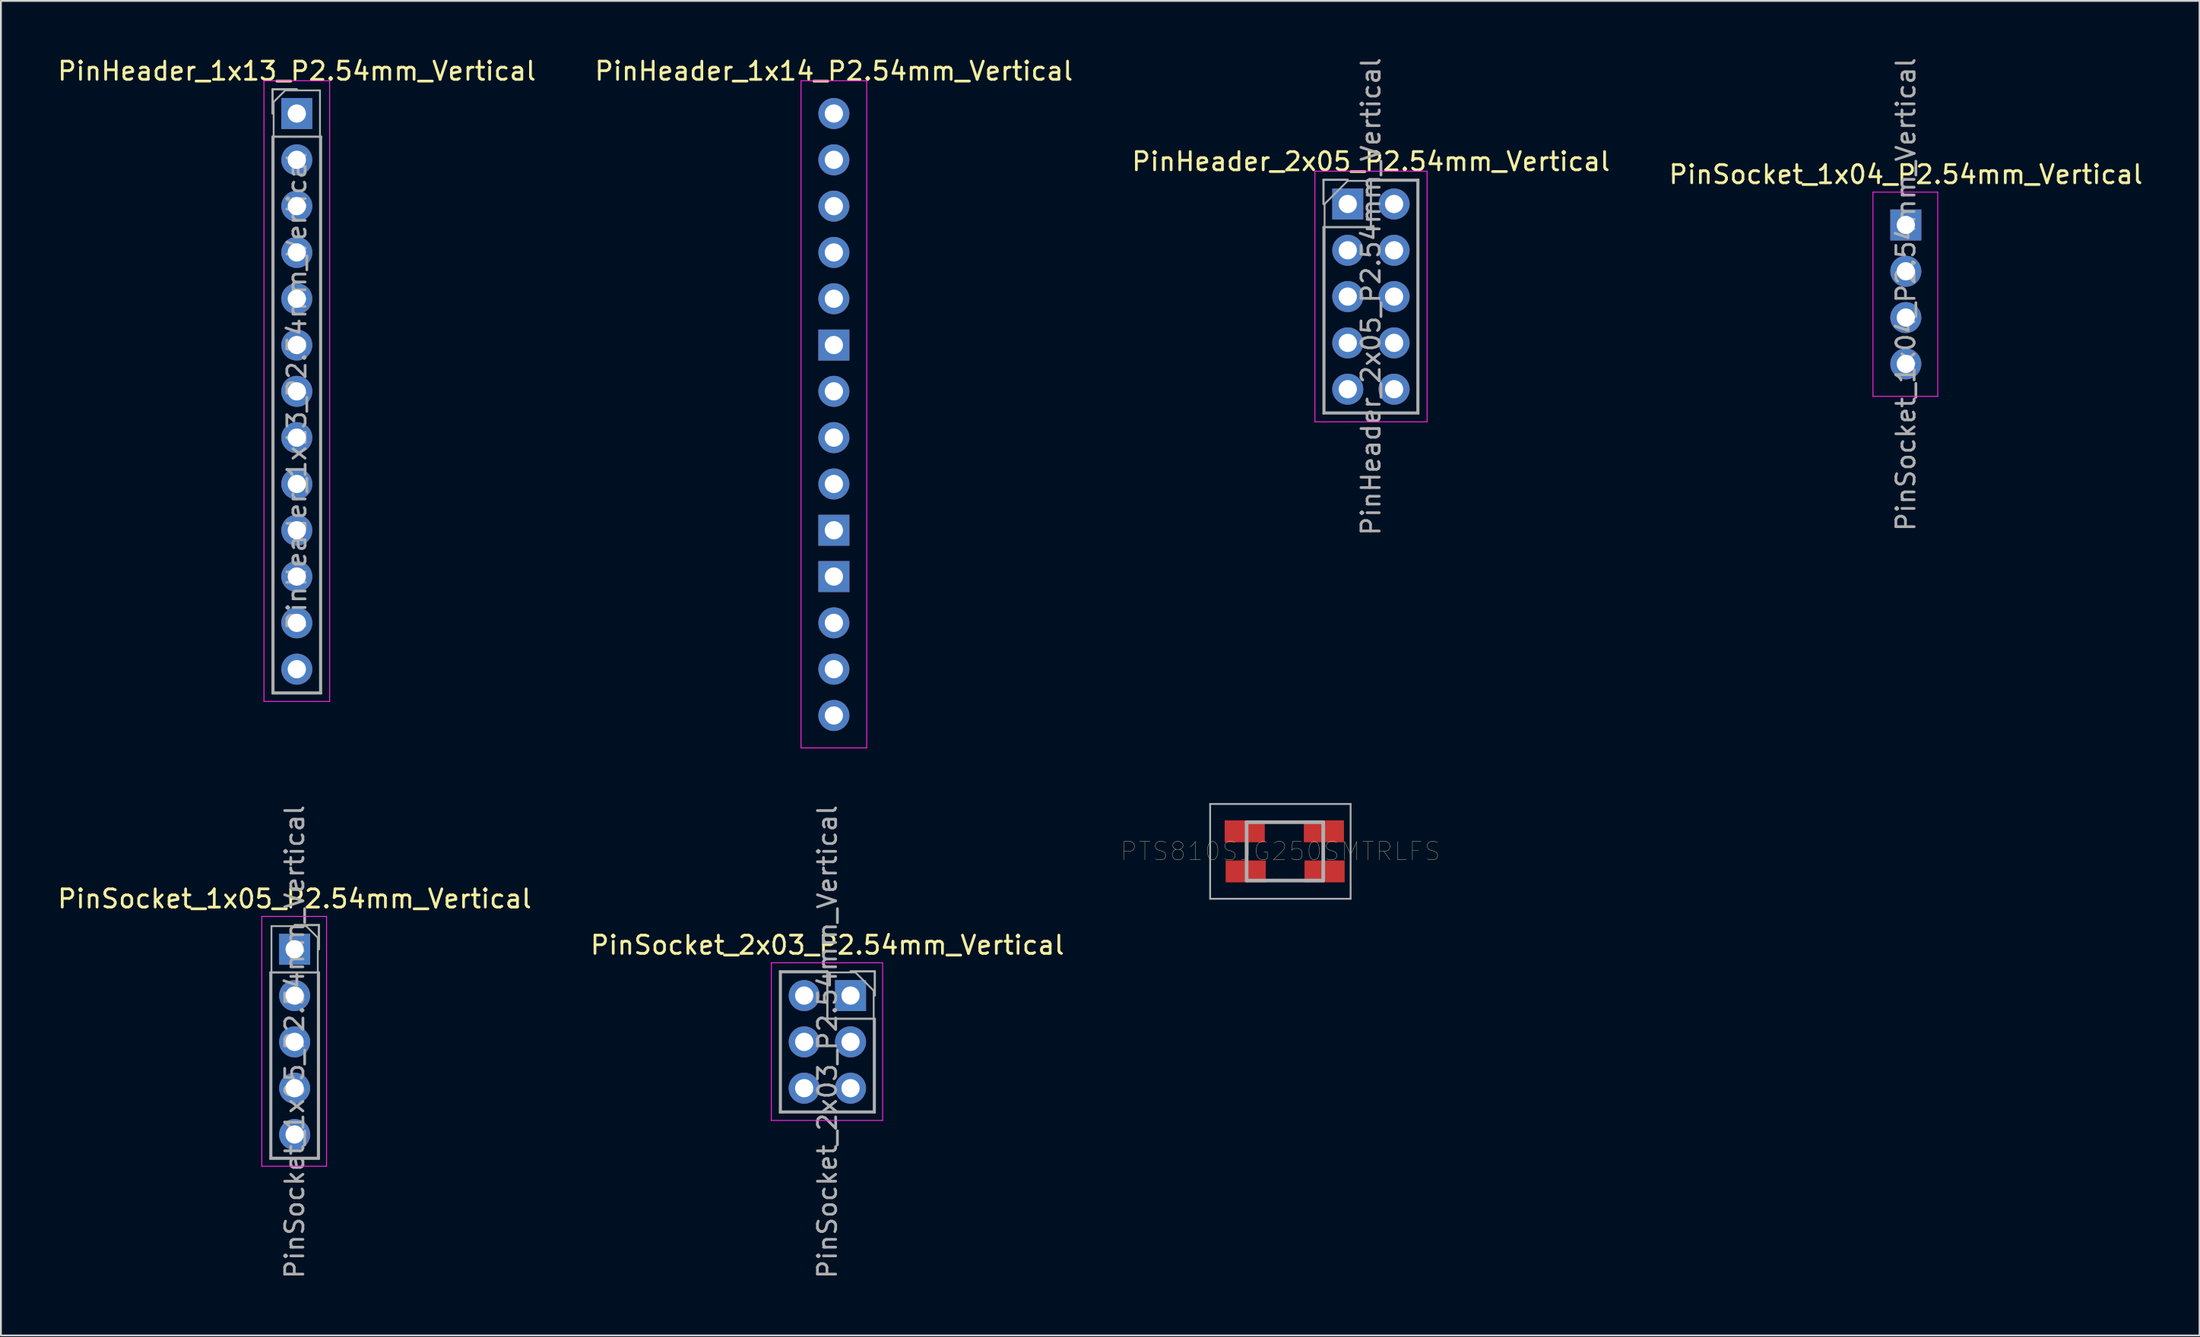
<source format=kicad_pcb>
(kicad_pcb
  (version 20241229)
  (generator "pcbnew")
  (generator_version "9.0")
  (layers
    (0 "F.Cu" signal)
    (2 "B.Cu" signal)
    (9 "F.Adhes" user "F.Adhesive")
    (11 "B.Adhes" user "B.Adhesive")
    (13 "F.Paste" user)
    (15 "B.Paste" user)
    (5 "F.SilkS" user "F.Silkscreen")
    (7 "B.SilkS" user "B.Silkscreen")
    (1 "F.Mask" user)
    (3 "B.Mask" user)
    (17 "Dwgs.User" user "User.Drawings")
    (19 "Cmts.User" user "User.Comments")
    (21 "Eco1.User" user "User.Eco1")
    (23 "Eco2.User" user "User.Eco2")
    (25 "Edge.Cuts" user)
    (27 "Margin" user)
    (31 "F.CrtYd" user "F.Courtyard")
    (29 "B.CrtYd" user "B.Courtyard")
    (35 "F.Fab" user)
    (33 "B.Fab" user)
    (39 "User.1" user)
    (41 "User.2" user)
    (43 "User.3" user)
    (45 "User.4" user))
  (footprint "PinSocket_1x04_P2.54mm_Vertical"
    (layer "F.Cu")
    (at 101.423 9.291)
    (property "Reference" "PinSocket_1x04_P2.54mm_Vertical" (at -0.000006 -2.77 180) (layer "F.SilkS") (effects (font (size 1 1) (thickness 0.15))))
    (attr through_hole)
    (fp_line (start -1.8 -1.8) (end 1.75 -1.8) (stroke (width 0.05) (type solid)) (layer "F.CrtYd"))
    (fp_line (start -1.8 9.4) (end -1.8 -1.8) (stroke (width 0.05) (type solid)) (layer "F.CrtYd"))
    (fp_line (start 1.75 -1.8) (end 1.75 9.4) (stroke (width 0.05) (type solid)) (layer "F.CrtYd"))
    (fp_line (start 1.75 9.4) (end -1.8 9.4) (stroke (width 0.05) (type solid)) (layer "F.CrtYd"))
    (fp_text user "${REFERENCE}" (at 0 3.81 270) (layer "F.Fab") (effects (font (size 1 1) (thickness 0.15))))
    (pad "1" thru_hole rect (at 0 0) (size 1.7 1.7) (drill 1) (layers "*.Cu" "*.Mask"))
    (pad "2" thru_hole oval (at 0 2.54) (size 1.7 1.7) (drill 1) (layers "*.Cu" "*.Mask"))
    (pad "3" thru_hole oval (at 0 5.08) (size 1.7 1.7) (drill 1) (layers "*.Cu" "*.Mask"))
    (pad "4" thru_hole oval (at 0 7.62) (size 1.7 1.7) (drill 1) (layers "*.Cu" "*.Mask")))
  (footprint "PinSocket_1x05_P2.54mm_Vertical"
    (layer "F.Cu")
    (at 13.101 49.024)
    (property "Reference" "PinSocket_1x05_P2.54mm_Vertical" (at 0 -2.77 0) (layer "F.SilkS") (effects (font (size 1 1) (thickness 0.15))))
    (attr through_hole)
    (fp_line (start -1.8 -1.8) (end 1.75 -1.8) (stroke (width 0.05) (type solid)) (layer "F.CrtYd"))
    (fp_line (start -1.8 11.9) (end -1.8 -1.8) (stroke (width 0.05) (type solid)) (layer "F.CrtYd"))
    (fp_line (start 1.75 -1.8) (end 1.75 11.9) (stroke (width 0.05) (type solid)) (layer "F.CrtYd"))
    (fp_line (start 1.75 11.9) (end -1.8 11.9) (stroke (width 0.05) (type solid)) (layer "F.CrtYd"))
    (fp_line (start -1.33 1.27) (end -1.33 11.49) (stroke (width 0.12) (type solid)) (layer "F.Fab"))
    (fp_line (start -1.33 1.27) (end 1.33 1.27) (stroke (width 0.12) (type solid)) (layer "F.Fab"))
    (fp_line (start -1.33 11.49) (end 1.33 11.49) (stroke (width 0.12) (type solid)) (layer "F.Fab"))
    (fp_line (start -1.27 -1.27) (end 0.635 -1.27) (stroke (width 0.1) (type solid)) (layer "F.Fab"))
    (fp_line (start -1.27 11.43) (end -1.27 -1.27) (stroke (width 0.1) (type solid)) (layer "F.Fab"))
    (fp_line (start 0 -1.33) (end 1.33 -1.33) (stroke (width 0.12) (type solid)) (layer "F.Fab"))
    (fp_line (start 0.635 -1.27) (end 1.27 -0.635) (stroke (width 0.1) (type solid)) (layer "F.Fab"))
    (fp_line (start 1.27 -0.635) (end 1.27 11.43) (stroke (width 0.1) (type solid)) (layer "F.Fab"))
    (fp_line (start 1.27 11.43) (end -1.27 11.43) (stroke (width 0.1) (type solid)) (layer "F.Fab"))
    (fp_line (start 1.33 -1.33) (end 1.33 0) (stroke (width 0.12) (type solid)) (layer "F.Fab"))
    (fp_line (start 1.33 1.27) (end 1.33 11.49) (stroke (width 0.12) (type solid)) (layer "F.Fab"))
    (fp_text user "${REFERENCE}" (at 0 5.08 270) (layer "F.Fab") (effects (font (size 1 1) (thickness 0.15))))
    (pad "1" thru_hole rect (at 0 0) (size 1.7 1.7) (drill 1) (layers "*.Cu" "*.Mask"))
    (pad "2" thru_hole oval (at 0 2.54) (size 1.7 1.7) (drill 1) (layers "*.Cu" "*.Mask"))
    (pad "3" thru_hole oval (at 0 5.08) (size 1.7 1.7) (drill 1) (layers "*.Cu" "*.Mask"))
    (pad "4" thru_hole oval (at 0 7.62) (size 1.7 1.7) (drill 1) (layers "*.Cu" "*.Mask"))
    (pad "5" thru_hole oval (at 0 10.16) (size 1.7 1.7) (drill 1) (layers "*.Cu" "*.Mask")))
  (footprint "PinHeader_1x14_P2.54mm_Vertical"
    (layer "F.Cu")
    (at 42.661 3.178)
    (property "Reference" "PinHeader_1x14_P2.54mm_Vertical" (at 0 -2.33 0) (layer "F.SilkS") (effects (font (size 1 1) (thickness 0.15))))
    (fp_line (start -1.8 -1.8) (end -1.8 34.8) (stroke (width 0.05) (type solid)) (layer "F.CrtYd"))
    (fp_line (start -1.8 34.8) (end 1.8 34.8) (stroke (width 0.05) (type solid)) (layer "F.CrtYd"))
    (fp_line (start 1.8 -1.8) (end -1.8 -1.8) (stroke (width 0.05) (type solid)) (layer "F.CrtYd"))
    (fp_line (start 1.8 34.8) (end 1.8 -1.8) (stroke (width 0.05) (type solid)) (layer "F.CrtYd"))
    (pad "1" thru_hole oval (at 0 0 180) (size 1.7 1.7) (drill 1) (layers "*.Cu" "*.Mask"))
    (pad "2" thru_hole oval (at 0 2.54 180) (size 1.7 1.7) (drill 1) (layers "*.Cu" "*.Mask"))
    (pad "3" thru_hole oval (at 0 5.08 180) (size 1.7 1.7) (drill 1) (layers "*.Cu" "*.Mask"))
    (pad "4" thru_hole oval (at 0 7.62 180) (size 1.7 1.7) (drill 1) (layers "*.Cu" "*.Mask"))
    (pad "5" thru_hole oval (at 0 10.16 180) (size 1.7 1.7) (drill 1) (layers "*.Cu" "*.Mask"))
    (pad "6" thru_hole rect (at 0 12.7 180) (size 1.7 1.7) (drill 1) (layers "*.Cu" "*.Mask"))
    (pad "7" thru_hole oval (at 0 15.24 180) (size 1.7 1.7) (drill 1) (layers "*.Cu" "*.Mask"))
    (pad "8" thru_hole oval (at 0 17.78 180) (size 1.7 1.7) (drill 1) (layers "*.Cu" "*.Mask"))
    (pad "9" thru_hole oval (at 0 20.32 180) (size 1.7 1.7) (drill 1) (layers "*.Cu" "*.Mask"))
    (pad "10" thru_hole rect (at 0 22.86 180) (size 1.7 1.7) (drill 1) (layers "*.Cu" "*.Mask"))
    (pad "11" thru_hole rect (at 0 25.4 180) (size 1.7 1.7) (drill 1) (layers "*.Cu" "*.Mask"))
    (pad "12" thru_hole oval (at 0 27.94 180) (size 1.7 1.7) (drill 1) (layers "*.Cu" "*.Mask"))
    (pad "13" thru_hole oval (at 0 30.48 180) (size 1.7 1.7) (drill 1) (layers "*.Cu" "*.Mask"))
    (pad "14" thru_hole oval (at 0 33.02 180) (size 1.7 1.7) (drill 1) (layers "*.Cu" "*.Mask")))
  (footprint "PinHeader_2x05_P2.54mm_Vertical"
    (layer "F.Cu")
    (at 70.831 8.14)
    (property "Reference" "PinHeader_2x05_P2.54mm_Vertical" (at 1.27 -2.33 0) (layer "F.SilkS") (effects (font (size 1 1) (thickness 0.15))))
    (attr through_hole)
    (fp_line (start -1.8 -1.8) (end -1.8 11.95) (stroke (width 0.05) (type solid)) (layer "F.CrtYd"))
    (fp_line (start -1.8 11.95) (end 4.35 11.95) (stroke (width 0.05) (type solid)) (layer "F.CrtYd"))
    (fp_line (start 4.35 -1.8) (end -1.8 -1.8) (stroke (width 0.05) (type solid)) (layer "F.CrtYd"))
    (fp_line (start 4.35 11.95) (end 4.35 -1.8) (stroke (width 0.05) (type solid)) (layer "F.CrtYd"))
    (fp_line (start -1.33 -1.33) (end 0 -1.33) (stroke (width 0.12) (type solid)) (layer "F.Fab"))
    (fp_line (start -1.33 0) (end -1.33 -1.33) (stroke (width 0.12) (type solid)) (layer "F.Fab"))
    (fp_line (start -1.33 1.27) (end -1.33 11.49) (stroke (width 0.12) (type solid)) (layer "F.Fab"))
    (fp_line (start -1.33 1.27) (end 1.27 1.27) (stroke (width 0.12) (type solid)) (layer "F.Fab"))
    (fp_line (start -1.33 11.49) (end 3.87 11.49) (stroke (width 0.12) (type solid)) (layer "F.Fab"))
    (fp_line (start -1.27 0) (end 0 -1.27) (stroke (width 0.1) (type solid)) (layer "F.Fab"))
    (fp_line (start -1.27 11.43) (end -1.27 0) (stroke (width 0.1) (type solid)) (layer "F.Fab"))
    (fp_line (start 0 -1.27) (end 3.81 -1.27) (stroke (width 0.1) (type solid)) (layer "F.Fab"))
    (fp_line (start 1.27 -1.33) (end 3.87 -1.33) (stroke (width 0.12) (type solid)) (layer "F.Fab"))
    (fp_line (start 1.27 1.27) (end 1.27 -1.33) (stroke (width 0.12) (type solid)) (layer "F.Fab"))
    (fp_line (start 3.81 -1.27) (end 3.81 11.43) (stroke (width 0.1) (type solid)) (layer "F.Fab"))
    (fp_line (start 3.81 11.43) (end -1.27 11.43) (stroke (width 0.1) (type solid)) (layer "F.Fab"))
    (fp_line (start 3.87 -1.33) (end 3.87 11.49) (stroke (width 0.12) (type solid)) (layer "F.Fab"))
    (fp_text user "${REFERENCE}" (at 1.27 5.08 90) (layer "F.Fab") (effects (font (size 1 1) (thickness 0.15))))
    (pad "1" thru_hole rect (at 0 0) (size 1.7 1.7) (drill 1) (layers "*.Cu" "*.Mask"))
    (pad "2" thru_hole oval (at 2.54 0) (size 1.7 1.7) (drill 1) (layers "*.Cu" "*.Mask"))
    (pad "3" thru_hole oval (at 0 2.54) (size 1.7 1.7) (drill 1) (layers "*.Cu" "*.Mask"))
    (pad "4" thru_hole oval (at 2.54 2.54) (size 1.7 1.7) (drill 1) (layers "*.Cu" "*.Mask"))
    (pad "5" thru_hole oval (at 0 5.08) (size 1.7 1.7) (drill 1) (layers "*.Cu" "*.Mask"))
    (pad "6" thru_hole oval (at 2.54 5.08) (size 1.7 1.7) (drill 1) (layers "*.Cu" "*.Mask"))
    (pad "7" thru_hole oval (at 0 7.62) (size 1.7 1.7) (drill 1) (layers "*.Cu" "*.Mask"))
    (pad "8" thru_hole oval (at 2.54 7.62) (size 1.7 1.7) (drill 1) (layers "*.Cu" "*.Mask"))
    (pad "9" thru_hole oval (at 0 10.16) (size 1.7 1.7) (drill 1) (layers "*.Cu" "*.Mask"))
    (pad "10" thru_hole oval (at 2.54 10.16) (size 1.7 1.7) (drill 1) (layers "*.Cu" "*.Mask")))
  (footprint "PTS810SJG250SMTRLFS"
    (layer "F.Cu")
    (at 67.387 43.653)
    (property "Reference" "PTS810SJG250SMTRLFS" (at -0.25 0 0) (layer "F.SilkS") (effects (font (size 1 1) (thickness 0.015))))
    (attr smd)
    (fp_line (start -4.1 -2.6) (end 3.6 -2.6) (stroke (width 0.1) (type solid)) (layer "F.Fab"))
    (fp_line (start -4.1 2.6) (end -4.1 -2.6) (stroke (width 0.1) (type solid)) (layer "F.Fab"))
    (fp_line (start -2.1 -1.6) (end 2.075 -1.6) (stroke (width 0.1) (type solid)) (layer "F.Fab"))
    (fp_line (start -2.1 -1.6) (end 2.1 -1.6) (stroke (width 0.2) (type solid)) (layer "F.Fab"))
    (fp_line (start -2.1 1.6) (end -2.1 -1.6) (stroke (width 0.2) (type solid)) (layer "F.Fab"))
    (fp_line (start -2.1 1.6) (end 2.075 1.6) (stroke (width 0.1) (type solid)) (layer "F.Fab"))
    (fp_line (start 2.1 -1.6) (end 2.1 1.6) (stroke (width 0.2) (type solid)) (layer "F.Fab"))
    (fp_line (start 2.1 1.6) (end -2.1 1.6) (stroke (width 0.2) (type solid)) (layer "F.Fab"))
    (fp_line (start 3.6 -2.6) (end 3.6 2.6) (stroke (width 0.1) (type solid)) (layer "F.Fab"))
    (fp_line (start 3.6 2.6) (end -4.1 2.6) (stroke (width 0.1) (type solid)) (layer "F.Fab"))
    (pad "1" smd rect (at -2.203 -1.1) (size 2.2 1.2) (layers "F.Cu" "F.Mask" "F.Paste"))
    (pad "2" smd rect (at 2.136 -1.1) (size 2.2 1.2) (layers "F.Cu" "F.Mask" "F.Paste"))
    (pad "3" smd rect (at -2.149 1.1) (size 2.2 1.2) (layers "F.Cu" "F.Mask" "F.Paste"))
    (pad "4" smd rect (at 2.174 1.1) (size 2.2 1.2) (layers "F.Cu" "F.Mask" "F.Paste")))
  (footprint "PinSocket_2x03_P2.54mm_Vertical"
    (layer "F.Cu")
    (at 43.574 51.564)
    (property "Reference" "PinSocket_2x03_P2.54mm_Vertical" (at -1.27 -2.77 0) (layer "F.SilkS") (effects (font (size 1 1) (thickness 0.15))))
    (attr through_hole)
    (fp_line (start -4.34 -1.8) (end 1.76 -1.8) (stroke (width 0.05) (type solid)) (layer "F.CrtYd"))
    (fp_line (start -4.34 6.85) (end -4.34 -1.8) (stroke (width 0.05) (type solid)) (layer "F.CrtYd"))
    (fp_line (start 1.76 -1.8) (end 1.76 6.85) (stroke (width 0.05) (type solid)) (layer "F.CrtYd"))
    (fp_line (start 1.76 6.85) (end -4.34 6.85) (stroke (width 0.05) (type solid)) (layer "F.CrtYd"))
    (fp_line (start -3.87 -1.33) (end -3.87 6.41) (stroke (width 0.12) (type solid)) (layer "F.Fab"))
    (fp_line (start -3.87 -1.33) (end -1.27 -1.33) (stroke (width 0.12) (type solid)) (layer "F.Fab"))
    (fp_line (start -3.87 6.41) (end 1.33 6.41) (stroke (width 0.12) (type solid)) (layer "F.Fab"))
    (fp_line (start -3.81 -1.27) (end 0.27 -1.27) (stroke (width 0.1) (type solid)) (layer "F.Fab"))
    (fp_line (start -3.81 6.35) (end -3.81 -1.27) (stroke (width 0.1) (type solid)) (layer "F.Fab"))
    (fp_line (start -1.27 -1.33) (end -1.27 1.27) (stroke (width 0.12) (type solid)) (layer "F.Fab"))
    (fp_line (start -1.27 1.27) (end 1.33 1.27) (stroke (width 0.12) (type solid)) (layer "F.Fab"))
    (fp_line (start 0 -1.33) (end 1.33 -1.33) (stroke (width 0.12) (type solid)) (layer "F.Fab"))
    (fp_line (start 0.27 -1.27) (end 1.27 -0.27) (stroke (width 0.1) (type solid)) (layer "F.Fab"))
    (fp_line (start 1.27 -0.27) (end 1.27 6.35) (stroke (width 0.1) (type solid)) (layer "F.Fab"))
    (fp_line (start 1.27 6.35) (end -3.81 6.35) (stroke (width 0.1) (type solid)) (layer "F.Fab"))
    (fp_line (start 1.33 -1.33) (end 1.33 0) (stroke (width 0.12) (type solid)) (layer "F.Fab"))
    (fp_line (start 1.33 1.27) (end 1.33 6.41) (stroke (width 0.12) (type solid)) (layer "F.Fab"))
    (fp_text user "${REFERENCE}" (at -1.27 2.54 90) (layer "F.Fab") (effects (font (size 1 1) (thickness 0.15))))
    (pad "1" thru_hole rect (at 0 0) (size 1.7 1.7) (drill 1) (layers "*.Cu" "*.Mask"))
    (pad "2" thru_hole oval (at -2.54 0) (size 1.7 1.7) (drill 1) (layers "*.Cu" "*.Mask"))
    (pad "3" thru_hole oval (at 0 2.54) (size 1.7 1.7) (drill 1) (layers "*.Cu" "*.Mask"))
    (pad "4" thru_hole oval (at -2.54 2.54) (size 1.7 1.7) (drill 1) (layers "*.Cu" "*.Mask"))
    (pad "5" thru_hole oval (at 0 5.08) (size 1.7 1.7) (drill 1) (layers "*.Cu" "*.Mask"))
    (pad "6" thru_hole oval (at -2.54 5.08) (size 1.7 1.7) (drill 1) (layers "*.Cu" "*.Mask")))
  (footprint "PinHeader_1x13_P2.54mm_Vertical"
    (layer "F.Cu")
    (at 13.22 3.178)
    (property "Reference" "PinHeader_1x13_P2.54mm_Vertical" (at 0 -2.33 0) (layer "F.SilkS") (effects (font (size 1 1) (thickness 0.15))))
    (fp_line (start -1.8 -1.8) (end -1.8 32.25) (stroke (width 0.05) (type solid)) (layer "F.CrtYd"))
    (fp_line (start -1.8 32.25) (end 1.8 32.25) (stroke (width 0.05) (type solid)) (layer "F.CrtYd"))
    (fp_line (start 1.8 -1.8) (end -1.8 -1.8) (stroke (width 0.05) (type solid)) (layer "F.CrtYd"))
    (fp_line (start 1.8 32.25) (end 1.8 -1.8) (stroke (width 0.05) (type solid)) (layer "F.CrtYd"))
    (fp_line (start -1.33 -1.33) (end 0 -1.33) (stroke (width 0.12) (type solid)) (layer "F.Fab"))
    (fp_line (start -1.33 0) (end -1.33 -1.33) (stroke (width 0.12) (type solid)) (layer "F.Fab"))
    (fp_line (start -1.33 1.27) (end -1.33 31.81) (stroke (width 0.12) (type solid)) (layer "F.Fab"))
    (fp_line (start -1.33 1.27) (end 1.33 1.27) (stroke (width 0.12) (type solid)) (layer "F.Fab"))
    (fp_line (start -1.33 31.81) (end 1.33 31.81) (stroke (width 0.12) (type solid)) (layer "F.Fab"))
    (fp_line (start -1.27 -0.635) (end -0.635 -1.27) (stroke (width 0.1) (type solid)) (layer "F.Fab"))
    (fp_line (start -1.27 31.75) (end -1.27 -0.635) (stroke (width 0.1) (type solid)) (layer "F.Fab"))
    (fp_line (start -0.635 -1.27) (end 1.27 -1.27) (stroke (width 0.1) (type solid)) (layer "F.Fab"))
    (fp_line (start 1.27 -1.27) (end 1.27 31.75) (stroke (width 0.1) (type solid)) (layer "F.Fab"))
    (fp_line (start 1.27 31.75) (end -1.27 31.75) (stroke (width 0.1) (type solid)) (layer "F.Fab"))
    (fp_line (start 1.33 1.27) (end 1.33 31.81) (stroke (width 0.12) (type solid)) (layer "F.Fab"))
    (fp_text user "${REFERENCE}" (at 0 15.24 90) (layer "F.Fab") (effects (font (size 1 1) (thickness 0.15))))
    (pad "1" thru_hole rect (at 0 0) (size 1.7 1.7) (drill 1) (layers "*.Cu" "*.Mask"))
    (pad "2" thru_hole oval (at 0 2.54) (size 1.7 1.7) (drill 1) (layers "*.Cu" "*.Mask"))
    (pad "3" thru_hole oval (at 0 5.08) (size 1.7 1.7) (drill 1) (layers "*.Cu" "*.Mask"))
    (pad "4" thru_hole oval (at 0 7.62) (size 1.7 1.7) (drill 1) (layers "*.Cu" "*.Mask"))
    (pad "5" thru_hole oval (at 0 10.16) (size 1.7 1.7) (drill 1) (layers "*.Cu" "*.Mask"))
    (pad "6" thru_hole oval (at 0 12.7) (size 1.7 1.7) (drill 1) (layers "*.Cu" "*.Mask"))
    (pad "7" thru_hole oval (at 0 15.24) (size 1.7 1.7) (drill 1) (layers "*.Cu" "*.Mask"))
    (pad "8" thru_hole oval (at 0 17.78) (size 1.7 1.7) (drill 1) (layers "*.Cu" "*.Mask"))
    (pad "9" thru_hole oval (at 0 20.32) (size 1.7 1.7) (drill 1) (layers "*.Cu" "*.Mask"))
    (pad "10" thru_hole oval (at 0 22.86) (size 1.7 1.7) (drill 1) (layers "*.Cu" "*.Mask"))
    (pad "11" thru_hole oval (at 0 25.4) (size 1.7 1.7) (drill 1) (layers "*.Cu" "*.Mask"))
    (pad "12" thru_hole oval (at 0 27.94) (size 1.7 1.7) (drill 1) (layers "*.Cu" "*.Mask"))
    (pad "13" thru_hole oval (at 0 30.48) (size 1.7 1.7) (drill 1) (layers "*.Cu" "*.Mask")))
  (gr_rect
    (start -3 -3)
    (end 117.524 70.206)
    (stroke (width 0.1) (type default))
    (fill no)
    (layer "Edge.Cuts")))
</source>
